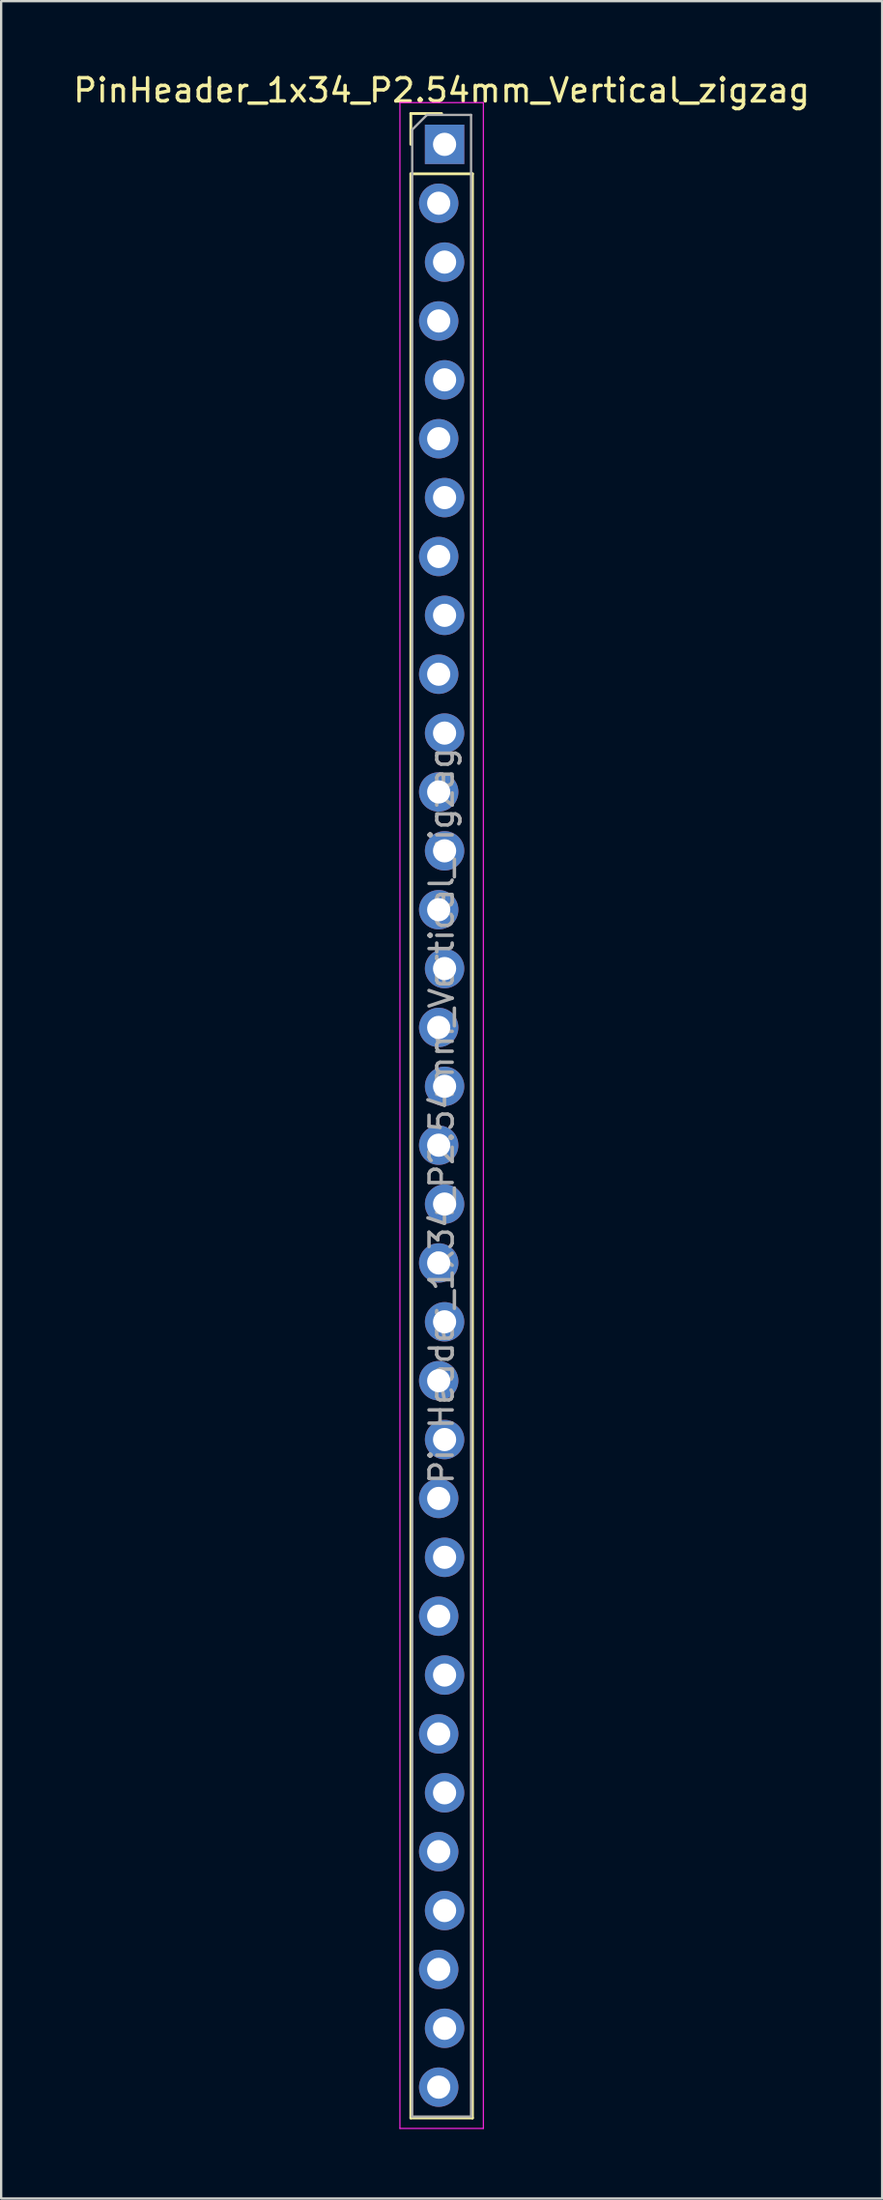
<source format=kicad_pcb>
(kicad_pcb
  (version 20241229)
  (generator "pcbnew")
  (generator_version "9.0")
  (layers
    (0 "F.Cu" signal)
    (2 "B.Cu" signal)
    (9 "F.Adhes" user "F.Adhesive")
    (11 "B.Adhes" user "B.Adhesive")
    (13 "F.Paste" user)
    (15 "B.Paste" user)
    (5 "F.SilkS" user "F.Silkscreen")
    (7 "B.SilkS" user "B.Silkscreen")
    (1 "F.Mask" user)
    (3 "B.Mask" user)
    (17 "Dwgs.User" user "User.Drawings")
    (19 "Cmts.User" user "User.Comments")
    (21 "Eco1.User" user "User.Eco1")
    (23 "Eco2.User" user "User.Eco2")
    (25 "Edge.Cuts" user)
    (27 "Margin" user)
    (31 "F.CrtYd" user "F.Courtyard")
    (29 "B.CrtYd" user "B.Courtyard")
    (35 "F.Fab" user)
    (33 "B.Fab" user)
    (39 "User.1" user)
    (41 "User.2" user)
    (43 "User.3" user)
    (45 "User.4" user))
  (footprint "PinHeader_1x34_P2.54mm_Vertical_zigzag"
    (layer "F.Cu")
    (at 16.006 3.178)
    (property "Reference" "PinHeader_1x34_P2.54mm_Vertical_zigzag" (at 0 -2.33 0) (layer "F.SilkS") (effects (font (size 1 1) (thickness 0.15))))
    (attr through_hole)
    (fp_line (start -1.33 -1.33) (end 0 -1.33) (stroke (width 0.12) (type solid)) (layer "F.SilkS"))
    (fp_line (start -1.33 0) (end -1.33 -1.33) (stroke (width 0.12) (type solid)) (layer "F.SilkS"))
    (fp_line (start -1.33 1.27) (end -1.33 85.15) (stroke (width 0.12) (type solid)) (layer "F.SilkS"))
    (fp_line (start -1.33 1.27) (end 1.33 1.27) (stroke (width 0.12) (type solid)) (layer "F.SilkS"))
    (fp_line (start -1.33 85.15) (end 1.33 85.15) (stroke (width 0.12) (type solid)) (layer "F.SilkS"))
    (fp_line (start 1.33 1.27) (end 1.33 85.15) (stroke (width 0.12) (type solid)) (layer "F.SilkS"))
    (fp_line (start -1.8 -1.8) (end -1.8 85.6) (stroke (width 0.05) (type solid)) (layer "F.CrtYd"))
    (fp_line (start -1.8 85.6) (end 1.8 85.6) (stroke (width 0.05) (type solid)) (layer "F.CrtYd"))
    (fp_line (start 1.8 -1.8) (end -1.8 -1.8) (stroke (width 0.05) (type solid)) (layer "F.CrtYd"))
    (fp_line (start 1.8 85.6) (end 1.8 -1.8) (stroke (width 0.05) (type solid)) (layer "F.CrtYd"))
    (fp_line (start -1.27 -0.635) (end -0.635 -1.27) (stroke (width 0.1) (type solid)) (layer "F.Fab"))
    (fp_line (start -1.27 85.09) (end -1.27 -0.635) (stroke (width 0.1) (type solid)) (layer "F.Fab"))
    (fp_line (start -0.635 -1.27) (end 1.27 -1.27) (stroke (width 0.1) (type solid)) (layer "F.Fab"))
    (fp_line (start 1.27 -1.27) (end 1.27 85.09) (stroke (width 0.1) (type solid)) (layer "F.Fab"))
    (fp_line (start 1.27 85.09) (end -1.27 85.09) (stroke (width 0.1) (type solid)) (layer "F.Fab"))
    (fp_text user "${REFERENCE}" (at 0 41.91 90) (layer "F.Fab") (effects (font (size 1 1) (thickness 0.15))))
    (pad "1" thru_hole rect (at 0.127 0) (size 1.7 1.7) (drill 1) (layers "*.Cu" "*.Mask"))
    (pad "2" thru_hole oval (at -0.127 2.54) (size 1.7 1.7) (drill 1) (layers "*.Cu" "*.Mask"))
    (pad "3" thru_hole oval (at 0.127 5.08) (size 1.7 1.7) (drill 1) (layers "*.Cu" "*.Mask"))
    (pad "4" thru_hole oval (at -0.127 7.62) (size 1.7 1.7) (drill 1) (layers "*.Cu" "*.Mask"))
    (pad "5" thru_hole oval (at 0.127 10.16) (size 1.7 1.7) (drill 1) (layers "*.Cu" "*.Mask"))
    (pad "6" thru_hole oval (at -0.127 12.7) (size 1.7 1.7) (drill 1) (layers "*.Cu" "*.Mask"))
    (pad "7" thru_hole oval (at 0.127 15.24) (size 1.7 1.7) (drill 1) (layers "*.Cu" "*.Mask"))
    (pad "8" thru_hole oval (at -0.127 17.78) (size 1.7 1.7) (drill 1) (layers "*.Cu" "*.Mask"))
    (pad "9" thru_hole oval (at 0.127 20.32) (size 1.7 1.7) (drill 1) (layers "*.Cu" "*.Mask"))
    (pad "10" thru_hole oval (at -0.127 22.86) (size 1.7 1.7) (drill 1) (layers "*.Cu" "*.Mask"))
    (pad "11" thru_hole oval (at 0.127 25.4) (size 1.7 1.7) (drill 1) (layers "*.Cu" "*.Mask"))
    (pad "12" thru_hole oval (at -0.127 27.94) (size 1.7 1.7) (drill 1) (layers "*.Cu" "*.Mask"))
    (pad "13" thru_hole oval (at 0.127 30.48) (size 1.7 1.7) (drill 1) (layers "*.Cu" "*.Mask"))
    (pad "14" thru_hole oval (at -0.127 33.02) (size 1.7 1.7) (drill 1) (layers "*.Cu" "*.Mask"))
    (pad "15" thru_hole oval (at 0.127 35.56) (size 1.7 1.7) (drill 1) (layers "*.Cu" "*.Mask"))
    (pad "16" thru_hole oval (at -0.127 38.1) (size 1.7 1.7) (drill 1) (layers "*.Cu" "*.Mask"))
    (pad "17" thru_hole oval (at 0.127 40.64) (size 1.7 1.7) (drill 1) (layers "*.Cu" "*.Mask"))
    (pad "18" thru_hole oval (at -0.127 43.18) (size 1.7 1.7) (drill 1) (layers "*.Cu" "*.Mask"))
    (pad "19" thru_hole oval (at 0.127 45.72) (size 1.7 1.7) (drill 1) (layers "*.Cu" "*.Mask"))
    (pad "20" thru_hole oval (at -0.127 48.26) (size 1.7 1.7) (drill 1) (layers "*.Cu" "*.Mask"))
    (pad "21" thru_hole oval (at 0.127 50.8) (size 1.7 1.7) (drill 1) (layers "*.Cu" "*.Mask"))
    (pad "22" thru_hole oval (at -0.127 53.34) (size 1.7 1.7) (drill 1) (layers "*.Cu" "*.Mask"))
    (pad "23" thru_hole oval (at 0.127 55.88) (size 1.7 1.7) (drill 1) (layers "*.Cu" "*.Mask"))
    (pad "24" thru_hole oval (at -0.127 58.42) (size 1.7 1.7) (drill 1) (layers "*.Cu" "*.Mask"))
    (pad "25" thru_hole oval (at 0.127 60.96) (size 1.7 1.7) (drill 1) (layers "*.Cu" "*.Mask"))
    (pad "26" thru_hole oval (at -0.127 63.5) (size 1.7 1.7) (drill 1) (layers "*.Cu" "*.Mask"))
    (pad "27" thru_hole oval (at 0.127 66.04) (size 1.7 1.7) (drill 1) (layers "*.Cu" "*.Mask"))
    (pad "28" thru_hole oval (at -0.127 68.58) (size 1.7 1.7) (drill 1) (layers "*.Cu" "*.Mask"))
    (pad "29" thru_hole oval (at 0.127 71.12) (size 1.7 1.7) (drill 1) (layers "*.Cu" "*.Mask"))
    (pad "30" thru_hole oval (at -0.127 73.66) (size 1.7 1.7) (drill 1) (layers "*.Cu" "*.Mask"))
    (pad "31" thru_hole oval (at 0.127 76.2) (size 1.7 1.7) (drill 1) (layers "*.Cu" "*.Mask"))
    (pad "32" thru_hole oval (at -0.127 78.74) (size 1.7 1.7) (drill 1) (layers "*.Cu" "*.Mask"))
    (pad "33" thru_hole oval (at 0.127 81.28) (size 1.7 1.7) (drill 1) (layers "*.Cu" "*.Mask"))
    (pad "34" thru_hole oval (at -0.127 83.82) (size 1.7 1.7) (drill 1) (layers "*.Cu" "*.Mask")))
  (gr_rect
    (start -3 -3)
    (end 35.012 91.803)
    (stroke (width 0.1) (type default))
    (fill no)
    (layer "Edge.Cuts")))
</source>
